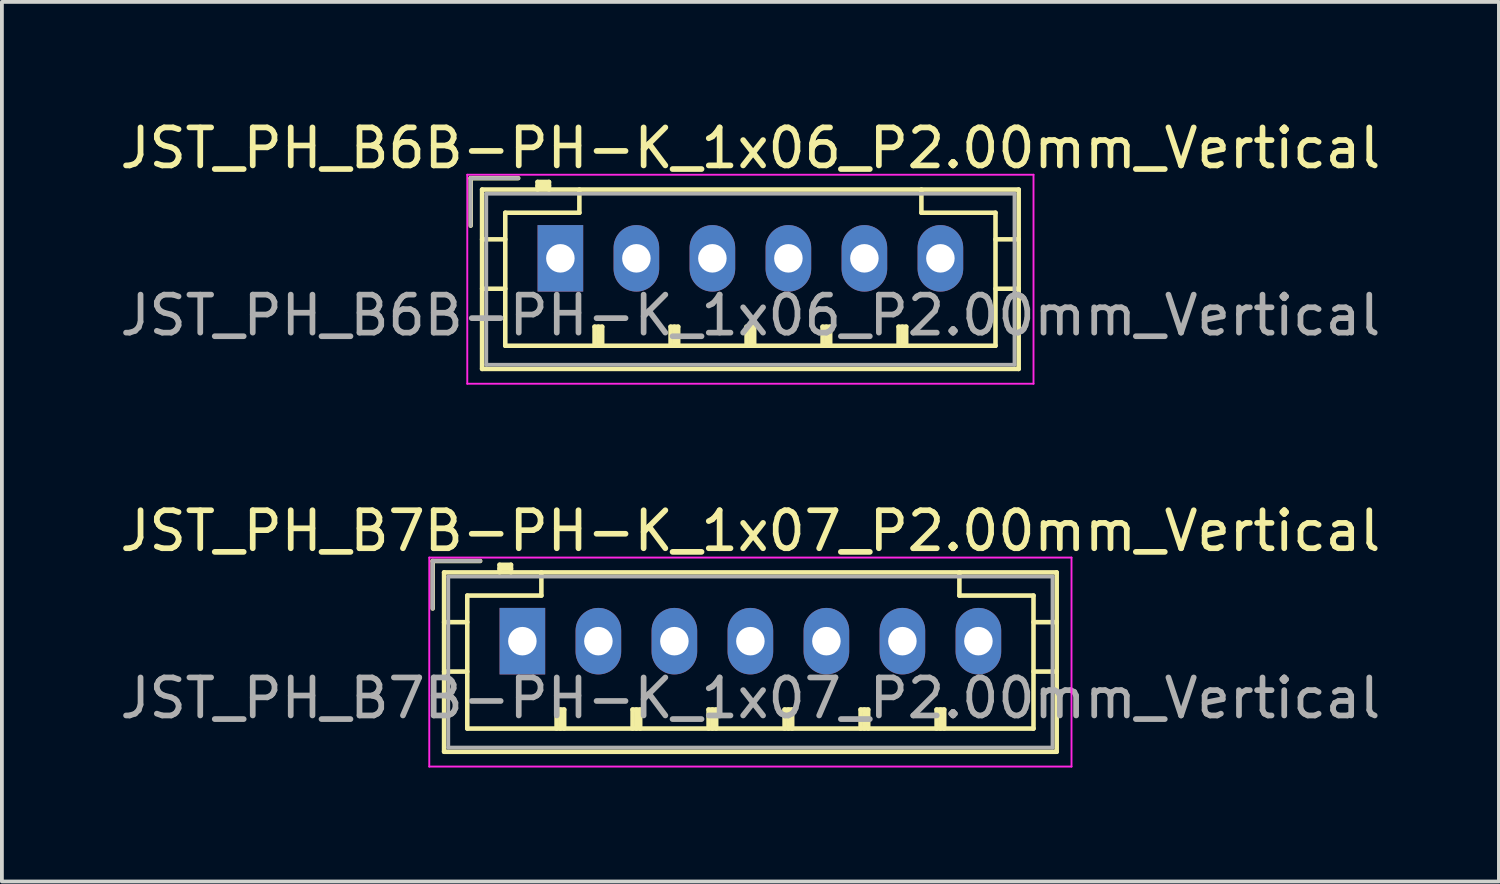
<source format=kicad_pcb>
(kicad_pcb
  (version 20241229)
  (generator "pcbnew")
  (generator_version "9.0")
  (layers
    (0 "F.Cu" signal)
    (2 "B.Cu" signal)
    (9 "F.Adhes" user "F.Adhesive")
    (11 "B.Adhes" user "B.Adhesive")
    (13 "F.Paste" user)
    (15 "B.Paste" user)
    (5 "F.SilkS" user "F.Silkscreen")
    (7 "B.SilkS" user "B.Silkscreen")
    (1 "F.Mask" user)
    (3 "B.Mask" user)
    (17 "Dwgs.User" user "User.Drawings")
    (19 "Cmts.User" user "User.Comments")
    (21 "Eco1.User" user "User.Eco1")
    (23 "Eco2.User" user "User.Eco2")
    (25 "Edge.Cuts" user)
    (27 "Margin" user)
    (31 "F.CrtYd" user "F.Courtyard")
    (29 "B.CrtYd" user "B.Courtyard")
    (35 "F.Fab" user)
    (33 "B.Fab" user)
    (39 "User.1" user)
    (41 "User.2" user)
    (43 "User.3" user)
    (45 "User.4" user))
  (footprint "JST_PH_B6B-PH-K_1x06_P2.00mm_Vertical"
    (layer "F.Cu")
    (at 11.696 3.748)
    (property "Reference" "JST_PH_B6B-PH-K_1x06_P2.00mm_Vertical" (at 5 -2.9 0) (layer "F.SilkS") (effects (font (size 1 1) (thickness 0.15))))
    (attr through_hole)
    (fp_line (start -2.36 -2.11) (end -2.36 -0.86) (stroke (width 0.12) (type solid)) (layer "F.SilkS"))
    (fp_line (start -2.06 -1.81) (end -2.06 2.91) (stroke (width 0.12) (type solid)) (layer "F.SilkS"))
    (fp_line (start -2.06 -0.5) (end -1.45 -0.5) (stroke (width 0.12) (type solid)) (layer "F.SilkS"))
    (fp_line (start -2.06 0.8) (end -1.45 0.8) (stroke (width 0.12) (type solid)) (layer "F.SilkS"))
    (fp_line (start -2.06 2.91) (end 12.06 2.91) (stroke (width 0.12) (type solid)) (layer "F.SilkS"))
    (fp_line (start -1.45 -1.2) (end -1.45 2.3) (stroke (width 0.12) (type solid)) (layer "F.SilkS"))
    (fp_line (start -1.45 2.3) (end 11.45 2.3) (stroke (width 0.12) (type solid)) (layer "F.SilkS"))
    (fp_line (start -1.11 -2.11) (end -2.36 -2.11) (stroke (width 0.12) (type solid)) (layer "F.SilkS"))
    (fp_line (start -0.6 -2.01) (end -0.6 -1.81) (stroke (width 0.12) (type solid)) (layer "F.SilkS"))
    (fp_line (start -0.3 -2.01) (end -0.6 -2.01) (stroke (width 0.12) (type solid)) (layer "F.SilkS"))
    (fp_line (start -0.3 -1.91) (end -0.6 -1.91) (stroke (width 0.12) (type solid)) (layer "F.SilkS"))
    (fp_line (start -0.3 -1.81) (end -0.3 -2.01) (stroke (width 0.12) (type solid)) (layer "F.SilkS"))
    (fp_line (start 0.5 -1.81) (end 0.5 -1.2) (stroke (width 0.12) (type solid)) (layer "F.SilkS"))
    (fp_line (start 0.5 -1.2) (end -1.45 -1.2) (stroke (width 0.12) (type solid)) (layer "F.SilkS"))
    (fp_line (start 0.9 1.8) (end 1.1 1.8) (stroke (width 0.12) (type solid)) (layer "F.SilkS"))
    (fp_line (start 0.9 2.3) (end 0.9 1.8) (stroke (width 0.12) (type solid)) (layer "F.SilkS"))
    (fp_line (start 1 2.3) (end 1 1.8) (stroke (width 0.12) (type solid)) (layer "F.SilkS"))
    (fp_line (start 1.1 1.8) (end 1.1 2.3) (stroke (width 0.12) (type solid)) (layer "F.SilkS"))
    (fp_line (start 2.9 1.8) (end 3.1 1.8) (stroke (width 0.12) (type solid)) (layer "F.SilkS"))
    (fp_line (start 2.9 2.3) (end 2.9 1.8) (stroke (width 0.12) (type solid)) (layer "F.SilkS"))
    (fp_line (start 3 2.3) (end 3 1.8) (stroke (width 0.12) (type solid)) (layer "F.SilkS"))
    (fp_line (start 3.1 1.8) (end 3.1 2.3) (stroke (width 0.12) (type solid)) (layer "F.SilkS"))
    (fp_line (start 4.9 1.8) (end 5.1 1.8) (stroke (width 0.12) (type solid)) (layer "F.SilkS"))
    (fp_line (start 4.9 2.3) (end 4.9 1.8) (stroke (width 0.12) (type solid)) (layer "F.SilkS"))
    (fp_line (start 5 2.3) (end 5 1.8) (stroke (width 0.12) (type solid)) (layer "F.SilkS"))
    (fp_line (start 5.1 1.8) (end 5.1 2.3) (stroke (width 0.12) (type solid)) (layer "F.SilkS"))
    (fp_line (start 6.9 1.8) (end 7.1 1.8) (stroke (width 0.12) (type solid)) (layer "F.SilkS"))
    (fp_line (start 6.9 2.3) (end 6.9 1.8) (stroke (width 0.12) (type solid)) (layer "F.SilkS"))
    (fp_line (start 7 2.3) (end 7 1.8) (stroke (width 0.12) (type solid)) (layer "F.SilkS"))
    (fp_line (start 7.1 1.8) (end 7.1 2.3) (stroke (width 0.12) (type solid)) (layer "F.SilkS"))
    (fp_line (start 8.9 1.8) (end 9.1 1.8) (stroke (width 0.12) (type solid)) (layer "F.SilkS"))
    (fp_line (start 8.9 2.3) (end 8.9 1.8) (stroke (width 0.12) (type solid)) (layer "F.SilkS"))
    (fp_line (start 9 2.3) (end 9 1.8) (stroke (width 0.12) (type solid)) (layer "F.SilkS"))
    (fp_line (start 9.1 1.8) (end 9.1 2.3) (stroke (width 0.12) (type solid)) (layer "F.SilkS"))
    (fp_line (start 9.5 -1.2) (end 9.5 -1.81) (stroke (width 0.12) (type solid)) (layer "F.SilkS"))
    (fp_line (start 11.45 -1.2) (end 9.5 -1.2) (stroke (width 0.12) (type solid)) (layer "F.SilkS"))
    (fp_line (start 11.45 2.3) (end 11.45 -1.2) (stroke (width 0.12) (type solid)) (layer "F.SilkS"))
    (fp_line (start 12.06 -1.81) (end -2.06 -1.81) (stroke (width 0.12) (type solid)) (layer "F.SilkS"))
    (fp_line (start 12.06 -0.5) (end 11.45 -0.5) (stroke (width 0.12) (type solid)) (layer "F.SilkS"))
    (fp_line (start 12.06 0.8) (end 11.45 0.8) (stroke (width 0.12) (type solid)) (layer "F.SilkS"))
    (fp_line (start 12.06 2.91) (end 12.06 -1.81) (stroke (width 0.12) (type solid)) (layer "F.SilkS"))
    (fp_line (start -2.45 -2.2) (end -2.45 3.3) (stroke (width 0.05) (type solid)) (layer "F.CrtYd"))
    (fp_line (start -2.45 3.3) (end 12.45 3.3) (stroke (width 0.05) (type solid)) (layer "F.CrtYd"))
    (fp_line (start 12.45 -2.2) (end -2.45 -2.2) (stroke (width 0.05) (type solid)) (layer "F.CrtYd"))
    (fp_line (start 12.45 3.3) (end 12.45 -2.2) (stroke (width 0.05) (type solid)) (layer "F.CrtYd"))
    (fp_line (start -2.36 -2.11) (end -2.36 -0.86) (stroke (width 0.1) (type solid)) (layer "F.Fab"))
    (fp_line (start -1.95 -1.7) (end -1.95 2.8) (stroke (width 0.1) (type solid)) (layer "F.Fab"))
    (fp_line (start -1.95 2.8) (end 11.95 2.8) (stroke (width 0.1) (type solid)) (layer "F.Fab"))
    (fp_line (start -1.11 -2.11) (end -2.36 -2.11) (stroke (width 0.1) (type solid)) (layer "F.Fab"))
    (fp_line (start 11.95 -1.7) (end -1.95 -1.7) (stroke (width 0.1) (type solid)) (layer "F.Fab"))
    (fp_line (start 11.95 2.8) (end 11.95 -1.7) (stroke (width 0.1) (type solid)) (layer "F.Fab"))
    (fp_text user "${REFERENCE}" (at 5 1.5 0) (layer "F.Fab") (effects (font (size 1 1) (thickness 0.15))))
    (pad "1" thru_hole rect (at 0 0) (size 1.2 1.75) (drill 0.75) (layers "*.Cu" "*.Mask"))
    (pad "2" thru_hole oval (at 2 0) (size 1.2 1.75) (drill 0.75) (layers "*.Cu" "*.Mask"))
    (pad "3" thru_hole oval (at 4 0) (size 1.2 1.75) (drill 0.75) (layers "*.Cu" "*.Mask"))
    (pad "4" thru_hole oval (at 6 0) (size 1.2 1.75) (drill 0.75) (layers "*.Cu" "*.Mask"))
    (pad "5" thru_hole oval (at 8 0) (size 1.2 1.75) (drill 0.75) (layers "*.Cu" "*.Mask"))
    (pad "6" thru_hole oval (at 10 0) (size 1.2 1.75) (drill 0.75) (layers "*.Cu" "*.Mask")))
  (footprint "JST_PH_B7B-PH-K_1x07_P2.00mm_Vertical"
    (layer "F.Cu")
    (at 10.696 13.822)
    (property "Reference" "JST_PH_B7B-PH-K_1x07_P2.00mm_Vertical" (at 6 -2.9 0) (layer "F.SilkS") (effects (font (size 1 1) (thickness 0.15))))
    (attr through_hole)
    (fp_line (start -2.36 -2.11) (end -2.36 -0.86) (stroke (width 0.12) (type solid)) (layer "F.SilkS"))
    (fp_line (start -2.06 -1.81) (end -2.06 2.91) (stroke (width 0.12) (type solid)) (layer "F.SilkS"))
    (fp_line (start -2.06 -0.5) (end -1.45 -0.5) (stroke (width 0.12) (type solid)) (layer "F.SilkS"))
    (fp_line (start -2.06 0.8) (end -1.45 0.8) (stroke (width 0.12) (type solid)) (layer "F.SilkS"))
    (fp_line (start -2.06 2.91) (end 14.06 2.91) (stroke (width 0.12) (type solid)) (layer "F.SilkS"))
    (fp_line (start -1.45 -1.2) (end -1.45 2.3) (stroke (width 0.12) (type solid)) (layer "F.SilkS"))
    (fp_line (start -1.45 2.3) (end 13.45 2.3) (stroke (width 0.12) (type solid)) (layer "F.SilkS"))
    (fp_line (start -1.11 -2.11) (end -2.36 -2.11) (stroke (width 0.12) (type solid)) (layer "F.SilkS"))
    (fp_line (start -0.6 -2.01) (end -0.6 -1.81) (stroke (width 0.12) (type solid)) (layer "F.SilkS"))
    (fp_line (start -0.3 -2.01) (end -0.6 -2.01) (stroke (width 0.12) (type solid)) (layer "F.SilkS"))
    (fp_line (start -0.3 -1.91) (end -0.6 -1.91) (stroke (width 0.12) (type solid)) (layer "F.SilkS"))
    (fp_line (start -0.3 -1.81) (end -0.3 -2.01) (stroke (width 0.12) (type solid)) (layer "F.SilkS"))
    (fp_line (start 0.5 -1.81) (end 0.5 -1.2) (stroke (width 0.12) (type solid)) (layer "F.SilkS"))
    (fp_line (start 0.5 -1.2) (end -1.45 -1.2) (stroke (width 0.12) (type solid)) (layer "F.SilkS"))
    (fp_line (start 0.9 1.8) (end 1.1 1.8) (stroke (width 0.12) (type solid)) (layer "F.SilkS"))
    (fp_line (start 0.9 2.3) (end 0.9 1.8) (stroke (width 0.12) (type solid)) (layer "F.SilkS"))
    (fp_line (start 1 2.3) (end 1 1.8) (stroke (width 0.12) (type solid)) (layer "F.SilkS"))
    (fp_line (start 1.1 1.8) (end 1.1 2.3) (stroke (width 0.12) (type solid)) (layer "F.SilkS"))
    (fp_line (start 2.9 1.8) (end 3.1 1.8) (stroke (width 0.12) (type solid)) (layer "F.SilkS"))
    (fp_line (start 2.9 2.3) (end 2.9 1.8) (stroke (width 0.12) (type solid)) (layer "F.SilkS"))
    (fp_line (start 3 2.3) (end 3 1.8) (stroke (width 0.12) (type solid)) (layer "F.SilkS"))
    (fp_line (start 3.1 1.8) (end 3.1 2.3) (stroke (width 0.12) (type solid)) (layer "F.SilkS"))
    (fp_line (start 4.9 1.8) (end 5.1 1.8) (stroke (width 0.12) (type solid)) (layer "F.SilkS"))
    (fp_line (start 4.9 2.3) (end 4.9 1.8) (stroke (width 0.12) (type solid)) (layer "F.SilkS"))
    (fp_line (start 5 2.3) (end 5 1.8) (stroke (width 0.12) (type solid)) (layer "F.SilkS"))
    (fp_line (start 5.1 1.8) (end 5.1 2.3) (stroke (width 0.12) (type solid)) (layer "F.SilkS"))
    (fp_line (start 6.9 1.8) (end 7.1 1.8) (stroke (width 0.12) (type solid)) (layer "F.SilkS"))
    (fp_line (start 6.9 2.3) (end 6.9 1.8) (stroke (width 0.12) (type solid)) (layer "F.SilkS"))
    (fp_line (start 7 2.3) (end 7 1.8) (stroke (width 0.12) (type solid)) (layer "F.SilkS"))
    (fp_line (start 7.1 1.8) (end 7.1 2.3) (stroke (width 0.12) (type solid)) (layer "F.SilkS"))
    (fp_line (start 8.9 1.8) (end 9.1 1.8) (stroke (width 0.12) (type solid)) (layer "F.SilkS"))
    (fp_line (start 8.9 2.3) (end 8.9 1.8) (stroke (width 0.12) (type solid)) (layer "F.SilkS"))
    (fp_line (start 9 2.3) (end 9 1.8) (stroke (width 0.12) (type solid)) (layer "F.SilkS"))
    (fp_line (start 9.1 1.8) (end 9.1 2.3) (stroke (width 0.12) (type solid)) (layer "F.SilkS"))
    (fp_line (start 10.9 1.8) (end 11.1 1.8) (stroke (width 0.12) (type solid)) (layer "F.SilkS"))
    (fp_line (start 10.9 2.3) (end 10.9 1.8) (stroke (width 0.12) (type solid)) (layer "F.SilkS"))
    (fp_line (start 11 2.3) (end 11 1.8) (stroke (width 0.12) (type solid)) (layer "F.SilkS"))
    (fp_line (start 11.1 1.8) (end 11.1 2.3) (stroke (width 0.12) (type solid)) (layer "F.SilkS"))
    (fp_line (start 11.5 -1.2) (end 11.5 -1.81) (stroke (width 0.12) (type solid)) (layer "F.SilkS"))
    (fp_line (start 13.45 -1.2) (end 11.5 -1.2) (stroke (width 0.12) (type solid)) (layer "F.SilkS"))
    (fp_line (start 13.45 2.3) (end 13.45 -1.2) (stroke (width 0.12) (type solid)) (layer "F.SilkS"))
    (fp_line (start 14.06 -1.81) (end -2.06 -1.81) (stroke (width 0.12) (type solid)) (layer "F.SilkS"))
    (fp_line (start 14.06 -0.5) (end 13.45 -0.5) (stroke (width 0.12) (type solid)) (layer "F.SilkS"))
    (fp_line (start 14.06 0.8) (end 13.45 0.8) (stroke (width 0.12) (type solid)) (layer "F.SilkS"))
    (fp_line (start 14.06 2.91) (end 14.06 -1.81) (stroke (width 0.12) (type solid)) (layer "F.SilkS"))
    (fp_line (start -2.45 -2.2) (end -2.45 3.3) (stroke (width 0.05) (type solid)) (layer "F.CrtYd"))
    (fp_line (start -2.45 3.3) (end 14.45 3.3) (stroke (width 0.05) (type solid)) (layer "F.CrtYd"))
    (fp_line (start 14.45 -2.2) (end -2.45 -2.2) (stroke (width 0.05) (type solid)) (layer "F.CrtYd"))
    (fp_line (start 14.45 3.3) (end 14.45 -2.2) (stroke (width 0.05) (type solid)) (layer "F.CrtYd"))
    (fp_line (start -2.36 -2.11) (end -2.36 -0.86) (stroke (width 0.1) (type solid)) (layer "F.Fab"))
    (fp_line (start -1.95 -1.7) (end -1.95 2.8) (stroke (width 0.1) (type solid)) (layer "F.Fab"))
    (fp_line (start -1.95 2.8) (end 13.95 2.8) (stroke (width 0.1) (type solid)) (layer "F.Fab"))
    (fp_line (start -1.11 -2.11) (end -2.36 -2.11) (stroke (width 0.1) (type solid)) (layer "F.Fab"))
    (fp_line (start 13.95 -1.7) (end -1.95 -1.7) (stroke (width 0.1) (type solid)) (layer "F.Fab"))
    (fp_line (start 13.95 2.8) (end 13.95 -1.7) (stroke (width 0.1) (type solid)) (layer "F.Fab"))
    (fp_text user "${REFERENCE}" (at 6 1.5 0) (layer "F.Fab") (effects (font (size 1 1) (thickness 0.15))))
    (pad "1" thru_hole rect (at 0 0) (size 1.2 1.75) (drill 0.75) (layers "*.Cu" "*.Mask"))
    (pad "2" thru_hole oval (at 2 0) (size 1.2 1.75) (drill 0.75) (layers "*.Cu" "*.Mask"))
    (pad "3" thru_hole oval (at 4 0) (size 1.2 1.75) (drill 0.75) (layers "*.Cu" "*.Mask"))
    (pad "4" thru_hole oval (at 6 0) (size 1.2 1.75) (drill 0.75) (layers "*.Cu" "*.Mask"))
    (pad "5" thru_hole oval (at 8 0) (size 1.2 1.75) (drill 0.75) (layers "*.Cu" "*.Mask"))
    (pad "6" thru_hole oval (at 10 0) (size 1.2 1.75) (drill 0.75) (layers "*.Cu" "*.Mask"))
    (pad "7" thru_hole oval (at 12 0) (size 1.2 1.75) (drill 0.75) (layers "*.Cu" "*.Mask")))
  (gr_rect
    (start -3 -3)
    (end 36.393 20.146)
    (stroke (width 0.1) (type default))
    (fill no)
    (layer "Edge.Cuts")))
</source>
